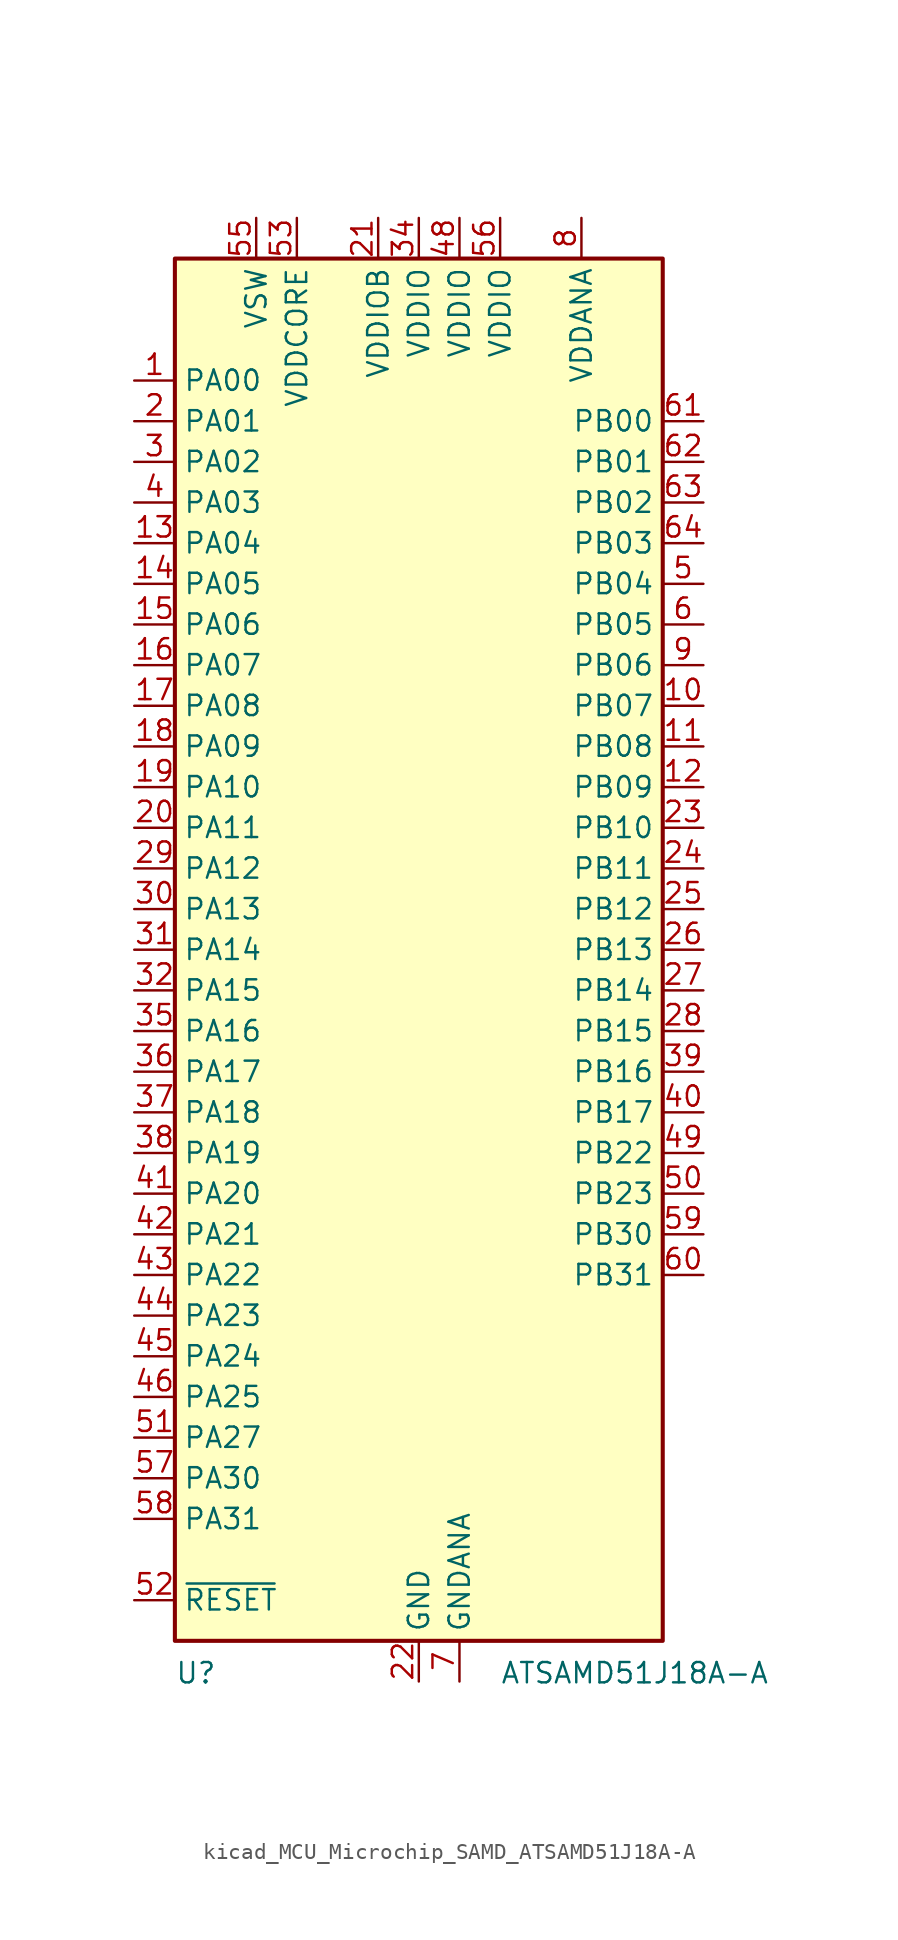
<source format=kicad_sym>
(kicad_symbol_lib
  (version 20220914)
  (generator kicad_symbol_editor)
  (symbol "kicad_MCU_Microchip_SAMD_ATSAMD51J18A-A"
    (property "Reference" "U"
      (at -15.24 -44.45 0)
      (effects (font (size 1.27 1.27)) (justify left top)))
    (property "Value" "ATSAMD51J18A-A"
      (at 5.08 -44.45 0)
      (effects (font (size 1.27 1.27)) (justify left top)))
    (symbol "kicad_MCU_Microchip_SAMD_ATSAMD51J18A-A_0_1"
      (rectangle (start -15.24 43.18) (end 15.24 -43.18) (stroke (width 0.254) (type default)) (fill (type background))))
    (symbol "kicad_MCU_Microchip_SAMD_ATSAMD51J18A-A_1_0"
      (pin bidirectional line (at 17.78 25.4 180) (length 2.54) (name "PB03" (effects (font (size 1.27 1.27)))) (number "64" (effects (font (size 1.27 1.27))))))
    (symbol "kicad_MCU_Microchip_SAMD_ATSAMD51J18A-A_1_1"
      (pin bidirectional line (at -17.78 35.56 0) (length 2.54) (name "PA00" (effects (font (size 1.27 1.27)))) (number "1" (effects (font (size 1.27 1.27)))))
      (pin bidirectional line (at 17.78 15.24 180) (length 2.54) (name "PB07" (effects (font (size 1.27 1.27)))) (number "10" (effects (font (size 1.27 1.27)))))
      (pin bidirectional line (at 17.78 12.7 180) (length 2.54) (name "PB08" (effects (font (size 1.27 1.27)))) (number "11" (effects (font (size 1.27 1.27)))))
      (pin bidirectional line (at 17.78 10.16 180) (length 2.54) (name "PB09" (effects (font (size 1.27 1.27)))) (number "12" (effects (font (size 1.27 1.27)))))
      (pin bidirectional line (at -17.78 25.4 0) (length 2.54) (name "PA04" (effects (font (size 1.27 1.27)))) (number "13" (effects (font (size 1.27 1.27)))))
      (pin bidirectional line (at -17.78 22.86 0) (length 2.54) (name "PA05" (effects (font (size 1.27 1.27)))) (number "14" (effects (font (size 1.27 1.27)))))
      (pin bidirectional line (at -17.78 20.32 0) (length 2.54) (name "PA06" (effects (font (size 1.27 1.27)))) (number "15" (effects (font (size 1.27 1.27)))))
      (pin bidirectional line (at -17.78 17.78 0) (length 2.54) (name "PA07" (effects (font (size 1.27 1.27)))) (number "16" (effects (font (size 1.27 1.27)))))
      (pin bidirectional line (at -17.78 15.24 0) (length 2.54) (name "PA08" (effects (font (size 1.27 1.27)))) (number "17" (effects (font (size 1.27 1.27)))))
      (pin bidirectional line (at -17.78 12.7 0) (length 2.54) (name "PA09" (effects (font (size 1.27 1.27)))) (number "18" (effects (font (size 1.27 1.27)))))
      (pin bidirectional line (at -17.78 10.16 0) (length 2.54) (name "PA10" (effects (font (size 1.27 1.27)))) (number "19" (effects (font (size 1.27 1.27)))))
      (pin bidirectional line (at -17.78 33.02 0) (length 2.54) (name "PA01" (effects (font (size 1.27 1.27)))) (number "2" (effects (font (size 1.27 1.27)))))
      (pin bidirectional line (at -17.78 7.62 0) (length 2.54) (name "PA11" (effects (font (size 1.27 1.27)))) (number "20" (effects (font (size 1.27 1.27)))))
      (pin power_in line (at -2.54 45.72 270) (length 2.54) (name "VDDIOB" (effects (font (size 1.27 1.27)))) (number "21" (effects (font (size 1.27 1.27)))))
      (pin power_in line (at 0 -45.72 90) (length 2.54) (name "GND" (effects (font (size 1.27 1.27)))) (number "22" (effects (font (size 1.27 1.27)))))
      (pin bidirectional line (at 17.78 7.62 180) (length 2.54) (name "PB10" (effects (font (size 1.27 1.27)))) (number "23" (effects (font (size 1.27 1.27)))))
      (pin bidirectional line (at 17.78 5.08 180) (length 2.54) (name "PB11" (effects (font (size 1.27 1.27)))) (number "24" (effects (font (size 1.27 1.27)))))
      (pin bidirectional line (at 17.78 2.54 180) (length 2.54) (name "PB12" (effects (font (size 1.27 1.27)))) (number "25" (effects (font (size 1.27 1.27)))))
      (pin bidirectional line (at 17.78 0 180) (length 2.54) (name "PB13" (effects (font (size 1.27 1.27)))) (number "26" (effects (font (size 1.27 1.27)))))
      (pin bidirectional line (at 17.78 -2.54 180) (length 2.54) (name "PB14" (effects (font (size 1.27 1.27)))) (number "27" (effects (font (size 1.27 1.27)))))
      (pin bidirectional line (at 17.78 -5.08 180) (length 2.54) (name "PB15" (effects (font (size 1.27 1.27)))) (number "28" (effects (font (size 1.27 1.27)))))
      (pin bidirectional line (at -17.78 5.08 0) (length 2.54) (name "PA12" (effects (font (size 1.27 1.27)))) (number "29" (effects (font (size 1.27 1.27)))))
      (pin bidirectional line (at -17.78 30.48 0) (length 2.54) (name "PA02" (effects (font (size 1.27 1.27)))) (number "3" (effects (font (size 1.27 1.27)))))
      (pin bidirectional line (at -17.78 2.54 0) (length 2.54) (name "PA13" (effects (font (size 1.27 1.27)))) (number "30" (effects (font (size 1.27 1.27)))))
      (pin bidirectional line (at -17.78 0 0) (length 2.54) (name "PA14" (effects (font (size 1.27 1.27)))) (number "31" (effects (font (size 1.27 1.27)))))
      (pin bidirectional line (at -17.78 -2.54 0) (length 2.54) (name "PA15" (effects (font (size 1.27 1.27)))) (number "32" (effects (font (size 1.27 1.27)))))
      (pin passive line (at 0 -45.72 90) (length 2.54) hide (name "GND" (effects (font (size 1.27 1.27)))) (number "33" (effects (font (size 1.27 1.27)))))
      (pin power_in line (at 0 45.72 270) (length 2.54) (name "VDDIO" (effects (font (size 1.27 1.27)))) (number "34" (effects (font (size 1.27 1.27)))))
      (pin bidirectional line (at -17.78 -5.08 0) (length 2.54) (name "PA16" (effects (font (size 1.27 1.27)))) (number "35" (effects (font (size 1.27 1.27)))))
      (pin bidirectional line (at -17.78 -7.62 0) (length 2.54) (name "PA17" (effects (font (size 1.27 1.27)))) (number "36" (effects (font (size 1.27 1.27)))))
      (pin bidirectional line (at -17.78 -10.16 0) (length 2.54) (name "PA18" (effects (font (size 1.27 1.27)))) (number "37" (effects (font (size 1.27 1.27)))))
      (pin bidirectional line (at -17.78 -12.7 0) (length 2.54) (name "PA19" (effects (font (size 1.27 1.27)))) (number "38" (effects (font (size 1.27 1.27)))))
      (pin bidirectional line (at 17.78 -7.62 180) (length 2.54) (name "PB16" (effects (font (size 1.27 1.27)))) (number "39" (effects (font (size 1.27 1.27)))))
      (pin bidirectional line (at -17.78 27.94 0) (length 2.54) (name "PA03" (effects (font (size 1.27 1.27)))) (number "4" (effects (font (size 1.27 1.27)))))
      (pin bidirectional line (at 17.78 -10.16 180) (length 2.54) (name "PB17" (effects (font (size 1.27 1.27)))) (number "40" (effects (font (size 1.27 1.27)))))
      (pin bidirectional line (at -17.78 -15.24 0) (length 2.54) (name "PA20" (effects (font (size 1.27 1.27)))) (number "41" (effects (font (size 1.27 1.27)))))
      (pin bidirectional line (at -17.78 -17.78 0) (length 2.54) (name "PA21" (effects (font (size 1.27 1.27)))) (number "42" (effects (font (size 1.27 1.27)))))
      (pin bidirectional line (at -17.78 -20.32 0) (length 2.54) (name "PA22" (effects (font (size 1.27 1.27)))) (number "43" (effects (font (size 1.27 1.27)))))
      (pin bidirectional line (at -17.78 -22.86 0) (length 2.54) (name "PA23" (effects (font (size 1.27 1.27)))) (number "44" (effects (font (size 1.27 1.27)))))
      (pin bidirectional line (at -17.78 -25.4 0) (length 2.54) (name "PA24" (effects (font (size 1.27 1.27)))) (number "45" (effects (font (size 1.27 1.27)))))
      (pin bidirectional line (at -17.78 -27.94 0) (length 2.54) (name "PA25" (effects (font (size 1.27 1.27)))) (number "46" (effects (font (size 1.27 1.27)))))
      (pin passive line (at 0 -45.72 90) (length 2.54) hide (name "GND" (effects (font (size 1.27 1.27)))) (number "47" (effects (font (size 1.27 1.27)))))
      (pin power_in line (at 2.54 45.72 270) (length 2.54) (name "VDDIO" (effects (font (size 1.27 1.27)))) (number "48" (effects (font (size 1.27 1.27)))))
      (pin bidirectional line (at 17.78 -12.7 180) (length 2.54) (name "PB22" (effects (font (size 1.27 1.27)))) (number "49" (effects (font (size 1.27 1.27)))))
      (pin bidirectional line (at 17.78 22.86 180) (length 2.54) (name "PB04" (effects (font (size 1.27 1.27)))) (number "5" (effects (font (size 1.27 1.27)))))
      (pin bidirectional line (at 17.78 -15.24 180) (length 2.54) (name "PB23" (effects (font (size 1.27 1.27)))) (number "50" (effects (font (size 1.27 1.27)))))
      (pin bidirectional line (at -17.78 -30.48 0) (length 2.54) (name "PA27" (effects (font (size 1.27 1.27)))) (number "51" (effects (font (size 1.27 1.27)))))
      (pin input line (at -17.78 -40.64 0) (length 2.54) (name "~{RESET}" (effects (font (size 1.27 1.27)))) (number "52" (effects (font (size 1.27 1.27)))))
      (pin power_out line (at -7.62 45.72 270) (length 2.54) (name "VDDCORE" (effects (font (size 1.27 1.27)))) (number "53" (effects (font (size 1.27 1.27)))))
      (pin passive line (at 0 -45.72 90) (length 2.54) hide (name "GND" (effects (font (size 1.27 1.27)))) (number "54" (effects (font (size 1.27 1.27)))))
      (pin power_in line (at -10.16 45.72 270) (length 2.54) (name "VSW" (effects (font (size 1.27 1.27)))) (number "55" (effects (font (size 1.27 1.27)))))
      (pin power_in line (at 5.08 45.72 270) (length 2.54) (name "VDDIO" (effects (font (size 1.27 1.27)))) (number "56" (effects (font (size 1.27 1.27)))))
      (pin bidirectional line (at -17.78 -33.02 0) (length 2.54) (name "PA30" (effects (font (size 1.27 1.27)))) (number "57" (effects (font (size 1.27 1.27)))))
      (pin bidirectional line (at -17.78 -35.56 0) (length 2.54) (name "PA31" (effects (font (size 1.27 1.27)))) (number "58" (effects (font (size 1.27 1.27)))))
      (pin bidirectional line (at 17.78 -17.78 180) (length 2.54) (name "PB30" (effects (font (size 1.27 1.27)))) (number "59" (effects (font (size 1.27 1.27)))))
      (pin bidirectional line (at 17.78 20.32 180) (length 2.54) (name "PB05" (effects (font (size 1.27 1.27)))) (number "6" (effects (font (size 1.27 1.27)))))
      (pin bidirectional line (at 17.78 -20.32 180) (length 2.54) (name "PB31" (effects (font (size 1.27 1.27)))) (number "60" (effects (font (size 1.27 1.27)))))
      (pin bidirectional line (at 17.78 33.02 180) (length 2.54) (name "PB00" (effects (font (size 1.27 1.27)))) (number "61" (effects (font (size 1.27 1.27)))))
      (pin bidirectional line (at 17.78 30.48 180) (length 2.54) (name "PB01" (effects (font (size 1.27 1.27)))) (number "62" (effects (font (size 1.27 1.27)))))
      (pin bidirectional line (at 17.78 27.94 180) (length 2.54) (name "PB02" (effects (font (size 1.27 1.27)))) (number "63" (effects (font (size 1.27 1.27)))))
      (pin power_in line (at 2.54 -45.72 90) (length 2.54) (name "GNDANA" (effects (font (size 1.27 1.27)))) (number "7" (effects (font (size 1.27 1.27)))))
      (pin power_in line (at 10.16 45.72 270) (length 2.54) (name "VDDANA" (effects (font (size 1.27 1.27)))) (number "8" (effects (font (size 1.27 1.27)))))
      (pin bidirectional line (at 17.78 17.78 180) (length 2.54) (name "PB06" (effects (font (size 1.27 1.27)))) (number "9" (effects (font (size 1.27 1.27))))))))
</source>
